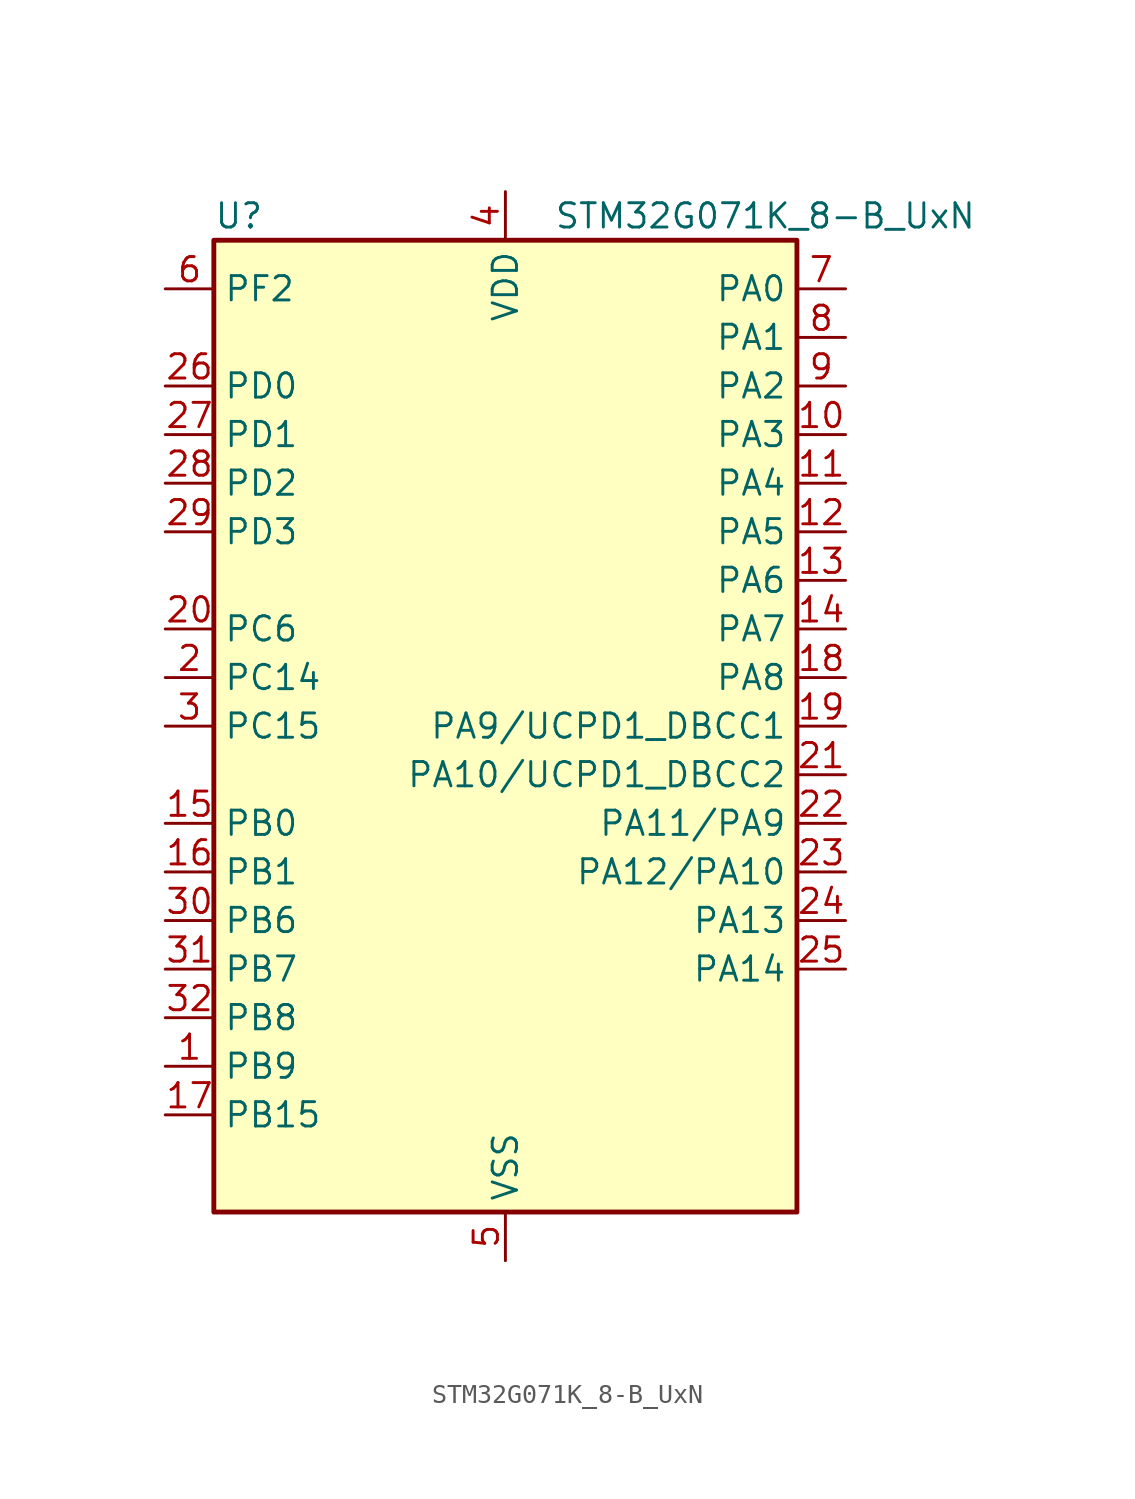
<source format=kicad_sym>
(kicad_symbol_lib
  (version 20211014)
  (generator kicad-library-utils)
  (symbol "STM32G071K_8-B_UxN"
    (property "Reference" "U"
      (at -15.24 26.67 0)
      (effects (font (size 1.27 1.27)) (justify left)))
    (property "Value" "STM32G071K_8-B_UxN"
      (at 2.54 26.67 0)
      (effects (font (size 1.27 1.27)) (justify left)))
    (property "ki_fp_filters" "QFN*1EP*5x5mm*P0.5mm*"
      (at 0.0 0.0 0.0)
      (effects (font (size 1.27 1.27))))
    (symbol "STM32G071K_8-B_UxN_0_1"
      (rectangle (start -15.24 -25.4) (end 15.24 25.4) (stroke (width 0.254)) (fill (type background))))
    (symbol "STM32G071K_8-B_UxN_1_1"
      (pin bidirectional line (at -17.78 22.86 0) (length 2.54) (name "PF2" (effects (font (size 1.27 1.27)))) (number "6" (effects (font (size 1.27 1.27)))) (alternate "RCC_MCO" bidirectional line))
      (pin bidirectional line (at -17.78 17.78 0) (length 2.54) (name "PD0" (effects (font (size 1.27 1.27)))) (number "26" (effects (font (size 1.27 1.27)))) (alternate "SPI2_NSS" bidirectional line) (alternate "TIM16_CH1" bidirectional line) (alternate "UCPD2_CC1" bidirectional line))
      (pin bidirectional line (at -17.78 15.24 0) (length 2.54) (name "PD1" (effects (font (size 1.27 1.27)))) (number "27" (effects (font (size 1.27 1.27)))) (alternate "SPI2_SCK" bidirectional line) (alternate "TIM17_CH1" bidirectional line) (alternate "UCPD2_DBCC1" bidirectional line))
      (pin bidirectional line (at -17.78 12.7 0) (length 2.54) (name "PD2" (effects (font (size 1.27 1.27)))) (number "28" (effects (font (size 1.27 1.27)))) (alternate "TIM1_CH1N" bidirectional line) (alternate "TIM3_ETR" bidirectional line) (alternate "UCPD2_CC2" bidirectional line) (alternate "USART3_CK" bidirectional line) (alternate "USART3_DE" bidirectional line) (alternate "USART3_RTS" bidirectional line))
      (pin bidirectional line (at -17.78 10.16 0) (length 2.54) (name "PD3" (effects (font (size 1.27 1.27)))) (number "29" (effects (font (size 1.27 1.27)))) (alternate "SPI2_MISO" bidirectional line) (alternate "TIM1_CH2N" bidirectional line) (alternate "UCPD2_DBCC2" bidirectional line) (alternate "USART2_CTS" bidirectional line) (alternate "USART2_NSS" bidirectional line))
      (pin bidirectional line (at -17.78 5.08 0) (length 2.54) (name "PC6" (effects (font (size 1.27 1.27)))) (number "20" (effects (font (size 1.27 1.27)))) (alternate "TIM2_CH3" bidirectional line) (alternate "TIM3_CH1" bidirectional line) (alternate "UCPD1_FRSTX1" bidirectional line) (alternate "UCPD1_FRSTX2" bidirectional line))
      (pin bidirectional line (at -17.78 2.54 0) (length 2.54) (name "PC14" (effects (font (size 1.27 1.27)))) (number "2" (effects (font (size 1.27 1.27)))) (alternate "RCC_OSC32_IN" bidirectional line) (alternate "RCC_OSC_IN" bidirectional line) (alternate "TIM1_BK2" bidirectional line))
      (pin bidirectional line (at -17.78 0.0 0) (length 2.54) (name "PC15" (effects (font (size 1.27 1.27)))) (number "3" (effects (font (size 1.27 1.27)))) (alternate "RCC_OSC32_EN" bidirectional line) (alternate "RCC_OSC32_OUT" bidirectional line) (alternate "RCC_OSC_EN" bidirectional line) (alternate "TIM15_BK" bidirectional line))
      (pin bidirectional line (at -17.78 -5.08 0) (length 2.54) (name "PB0" (effects (font (size 1.27 1.27)))) (number "15" (effects (font (size 1.27 1.27)))) (alternate "ADC1_IN8" bidirectional line) (alternate "COMP1_OUT" bidirectional line) (alternate "I2S1_WS" bidirectional line) (alternate "LPTIM1_OUT" bidirectional line) (alternate "SPI1_NSS" bidirectional line) (alternate "TIM1_CH2N" bidirectional line) (alternate "TIM3_CH3" bidirectional line) (alternate "UCPD1_FRSTX1" bidirectional line) (alternate "UCPD1_FRSTX2" bidirectional line) (alternate "USART3_RX" bidirectional line))
      (pin bidirectional line (at -17.78 -7.62 0) (length 2.54) (name "PB1" (effects (font (size 1.27 1.27)))) (number "16" (effects (font (size 1.27 1.27)))) (alternate "ADC1_IN9" bidirectional line) (alternate "COMP1_INM" bidirectional line) (alternate "LPTIM2_IN1" bidirectional line) (alternate "LPUART1_DE" bidirectional line) (alternate "LPUART1_RTS" bidirectional line) (alternate "TIM14_CH1" bidirectional line) (alternate "TIM1_CH3N" bidirectional line) (alternate "TIM3_CH4" bidirectional line) (alternate "USART3_CK" bidirectional line) (alternate "USART3_DE" bidirectional line) (alternate "USART3_RTS" bidirectional line))
      (pin bidirectional line (at -17.78 -10.16 0) (length 2.54) (name "PB6" (effects (font (size 1.27 1.27)))) (number "30" (effects (font (size 1.27 1.27)))) (alternate "COMP2_INP" bidirectional line) (alternate "I2C1_SCL" bidirectional line) (alternate "LPTIM1_ETR" bidirectional line) (alternate "SPI2_MISO" bidirectional line) (alternate "TIM16_CH1N" bidirectional line) (alternate "TIM1_CH3" bidirectional line) (alternate "USART1_TX" bidirectional line))
      (pin bidirectional line (at -17.78 -12.7 0) (length 2.54) (name "PB7" (effects (font (size 1.27 1.27)))) (number "31" (effects (font (size 1.27 1.27)))) (alternate "COMP2_INM" bidirectional line) (alternate "I2C1_SDA" bidirectional line) (alternate "LPTIM1_IN2" bidirectional line) (alternate "SPI2_MOSI" bidirectional line) (alternate "SYS_PVD_IN" bidirectional line) (alternate "TIM17_CH1N" bidirectional line) (alternate "USART1_RX" bidirectional line) (alternate "USART4_CTS" bidirectional line) (alternate "USART4_NSS" bidirectional line))
      (pin bidirectional line (at -17.78 -15.24 0) (length 2.54) (name "PB8" (effects (font (size 1.27 1.27)))) (number "32" (effects (font (size 1.27 1.27)))) (alternate "CEC" bidirectional line) (alternate "I2C1_SCL" bidirectional line) (alternate "SPI2_SCK" bidirectional line) (alternate "TIM15_BK" bidirectional line) (alternate "TIM16_CH1" bidirectional line) (alternate "USART3_TX" bidirectional line))
      (pin bidirectional line (at -17.78 -17.78 0) (length 2.54) (name "PB9" (effects (font (size 1.27 1.27)))) (number "1" (effects (font (size 1.27 1.27)))) (alternate "DAC1_EXTI9" bidirectional line) (alternate "I2C1_SDA" bidirectional line) (alternate "IR_OUT" bidirectional line) (alternate "SPI2_NSS" bidirectional line) (alternate "TIM17_CH1" bidirectional line) (alternate "UCPD2_FRSTX1" bidirectional line) (alternate "UCPD2_FRSTX2" bidirectional line) (alternate "USART3_RX" bidirectional line))
      (pin bidirectional line (at -17.78 -20.32 0) (length 2.54) (name "PB15" (effects (font (size 1.27 1.27)))) (number "17" (effects (font (size 1.27 1.27)))) (alternate "RTC_REFIN" bidirectional line) (alternate "SPI2_MOSI" bidirectional line) (alternate "TIM15_CH1N" bidirectional line) (alternate "TIM15_CH2" bidirectional line) (alternate "TIM1_CH3N" bidirectional line) (alternate "UCPD1_CC2" bidirectional line))
      (pin bidirectional line (at 17.78 22.86 180) (length 2.54) (name "PA0" (effects (font (size 1.27 1.27)))) (number "7" (effects (font (size 1.27 1.27)))) (alternate "ADC1_IN0" bidirectional line) (alternate "COMP1_INM" bidirectional line) (alternate "COMP1_OUT" bidirectional line) (alternate "LPTIM1_OUT" bidirectional line) (alternate "RTC_TAMP_IN2" bidirectional line) (alternate "SPI2_SCK" bidirectional line) (alternate "SYS_WKUP1" bidirectional line) (alternate "TIM2_CH1" bidirectional line) (alternate "TIM2_ETR" bidirectional line) (alternate "UCPD2_FRSTX1" bidirectional line) (alternate "UCPD2_FRSTX2" bidirectional line) (alternate "USART2_CTS" bidirectional line) (alternate "USART2_NSS" bidirectional line) (alternate "USART4_TX" bidirectional line))
      (pin bidirectional line (at 17.78 20.32 180) (length 2.54) (name "PA1" (effects (font (size 1.27 1.27)))) (number "8" (effects (font (size 1.27 1.27)))) (alternate "ADC1_IN1" bidirectional line) (alternate "COMP1_INP" bidirectional line) (alternate "I2C1_SMBA" bidirectional line) (alternate "I2S1_CK" bidirectional line) (alternate "SPI1_SCK" bidirectional line) (alternate "TIM15_CH1N" bidirectional line) (alternate "TIM2_CH2" bidirectional line) (alternate "USART2_CK" bidirectional line) (alternate "USART2_DE" bidirectional line) (alternate "USART2_RTS" bidirectional line) (alternate "USART4_RX" bidirectional line))
      (pin bidirectional line (at 17.78 17.78 180) (length 2.54) (name "PA2" (effects (font (size 1.27 1.27)))) (number "9" (effects (font (size 1.27 1.27)))) (alternate "ADC1_IN2" bidirectional line) (alternate "COMP2_INM" bidirectional line) (alternate "COMP2_OUT" bidirectional line) (alternate "I2S1_SD" bidirectional line) (alternate "LPUART1_TX" bidirectional line) (alternate "RCC_LSCO" bidirectional line) (alternate "SPI1_MOSI" bidirectional line) (alternate "SYS_WKUP4" bidirectional line) (alternate "TIM15_CH1" bidirectional line) (alternate "TIM2_CH3" bidirectional line) (alternate "UCPD1_FRSTX1" bidirectional line) (alternate "UCPD1_FRSTX2" bidirectional line) (alternate "USART2_TX" bidirectional line))
      (pin bidirectional line (at 17.78 15.24 180) (length 2.54) (name "PA3" (effects (font (size 1.27 1.27)))) (number "10" (effects (font (size 1.27 1.27)))) (alternate "ADC1_IN3" bidirectional line) (alternate "COMP2_INP" bidirectional line) (alternate "LPUART1_RX" bidirectional line) (alternate "SPI2_MISO" bidirectional line) (alternate "TIM15_CH2" bidirectional line) (alternate "TIM2_CH4" bidirectional line) (alternate "UCPD2_FRSTX1" bidirectional line) (alternate "UCPD2_FRSTX2" bidirectional line) (alternate "USART2_RX" bidirectional line))
      (pin bidirectional line (at 17.78 12.7 180) (length 2.54) (name "PA4" (effects (font (size 1.27 1.27)))) (number "11" (effects (font (size 1.27 1.27)))) (alternate "ADC1_IN4" bidirectional line) (alternate "DAC1_OUT1" bidirectional line) (alternate "I2S1_WS" bidirectional line) (alternate "LPTIM2_OUT" bidirectional line) (alternate "RTC_OUT_ALARM" bidirectional line) (alternate "RTC_OUT_CALIB" bidirectional line) (alternate "RTC_TAMP_IN1" bidirectional line) (alternate "RTC_TS" bidirectional line) (alternate "SPI1_NSS" bidirectional line) (alternate "SPI2_MOSI" bidirectional line) (alternate "SYS_WKUP2" bidirectional line) (alternate "TIM14_CH1" bidirectional line) (alternate "UCPD2_FRSTX1" bidirectional line) (alternate "UCPD2_FRSTX2" bidirectional line))
      (pin bidirectional line (at 17.78 10.16 180) (length 2.54) (name "PA5" (effects (font (size 1.27 1.27)))) (number "12" (effects (font (size 1.27 1.27)))) (alternate "ADC1_IN5" bidirectional line) (alternate "CEC" bidirectional line) (alternate "DAC1_OUT2" bidirectional line) (alternate "I2S1_CK" bidirectional line) (alternate "LPTIM2_ETR" bidirectional line) (alternate "SPI1_SCK" bidirectional line) (alternate "TIM2_CH1" bidirectional line) (alternate "TIM2_ETR" bidirectional line) (alternate "UCPD1_FRSTX1" bidirectional line) (alternate "UCPD1_FRSTX2" bidirectional line) (alternate "USART3_TX" bidirectional line))
      (pin bidirectional line (at 17.78 7.62 180) (length 2.54) (name "PA6" (effects (font (size 1.27 1.27)))) (number "13" (effects (font (size 1.27 1.27)))) (alternate "ADC1_IN6" bidirectional line) (alternate "COMP1_OUT" bidirectional line) (alternate "I2S1_MCK" bidirectional line) (alternate "LPUART1_CTS" bidirectional line) (alternate "SPI1_MISO" bidirectional line) (alternate "TIM16_CH1" bidirectional line) (alternate "TIM1_BK" bidirectional line) (alternate "TIM3_CH1" bidirectional line) (alternate "USART3_CTS" bidirectional line) (alternate "USART3_NSS" bidirectional line))
      (pin bidirectional line (at 17.78 5.08 180) (length 2.54) (name "PA7" (effects (font (size 1.27 1.27)))) (number "14" (effects (font (size 1.27 1.27)))) (alternate "ADC1_IN7" bidirectional line) (alternate "COMP2_OUT" bidirectional line) (alternate "I2S1_SD" bidirectional line) (alternate "SPI1_MOSI" bidirectional line) (alternate "TIM14_CH1" bidirectional line) (alternate "TIM17_CH1" bidirectional line) (alternate "TIM1_CH1N" bidirectional line) (alternate "TIM3_CH2" bidirectional line) (alternate "UCPD1_FRSTX1" bidirectional line) (alternate "UCPD1_FRSTX2" bidirectional line))
      (pin bidirectional line (at 17.78 2.54 180) (length 2.54) (name "PA8" (effects (font (size 1.27 1.27)))) (number "18" (effects (font (size 1.27 1.27)))) (alternate "LPTIM2_OUT" bidirectional line) (alternate "RCC_MCO" bidirectional line) (alternate "SPI2_NSS" bidirectional line) (alternate "TIM1_CH1" bidirectional line) (alternate "UCPD1_CC1" bidirectional line))
      (pin bidirectional line (at 17.78 0.0 180) (length 2.54) (name "PA9/UCPD1_DBCC1" (effects (font (size 1.27 1.27)))) (number "19" (effects (font (size 1.27 1.27)))) (alternate "DAC1_EXTI9" bidirectional line) (alternate "I2C1_SCL" bidirectional line) (alternate "RCC_MCO" bidirectional line) (alternate "SPI2_MISO" bidirectional line) (alternate "TIM15_BK" bidirectional line) (alternate "TIM1_CH2" bidirectional line) (alternate "UCPD1_DBCC1" bidirectional line) (alternate "USART1_TX" bidirectional line))
      (pin bidirectional line (at 17.78 -2.54 180) (length 2.54) (name "PA10/UCPD1_DBCC2" (effects (font (size 1.27 1.27)))) (number "21" (effects (font (size 1.27 1.27)))) (alternate "I2C1_SDA" bidirectional line) (alternate "SPI2_MOSI" bidirectional line) (alternate "TIM17_BK" bidirectional line) (alternate "TIM1_CH3" bidirectional line) (alternate "UCPD1_DBCC2" bidirectional line) (alternate "USART1_RX" bidirectional line))
      (pin bidirectional line (at 17.78 -5.08 180) (length 2.54) (name "PA11/PA9" (effects (font (size 1.27 1.27)))) (number "22" (effects (font (size 1.27 1.27)))) (alternate "ADC1_EXTI11" bidirectional line) (alternate "COMP1_OUT" bidirectional line) (alternate "I2C2_SCL" bidirectional line) (alternate "I2S1_MCK" bidirectional line) (alternate "SPI1_MISO" bidirectional line) (alternate "TIM1_BK2" bidirectional line) (alternate "TIM1_CH4" bidirectional line) (alternate "USART1_CTS" bidirectional line) (alternate "USART1_NSS" bidirectional line))
      (pin bidirectional line (at 17.78 -7.62 180) (length 2.54) (name "PA12/PA10" (effects (font (size 1.27 1.27)))) (number "23" (effects (font (size 1.27 1.27)))) (alternate "COMP2_OUT" bidirectional line) (alternate "I2C2_SDA" bidirectional line) (alternate "I2S1_SD" bidirectional line) (alternate "I2S_CKIN" bidirectional line) (alternate "SPI1_MOSI" bidirectional line) (alternate "TIM1_ETR" bidirectional line) (alternate "USART1_CK" bidirectional line) (alternate "USART1_DE" bidirectional line) (alternate "USART1_RTS" bidirectional line))
      (pin bidirectional line (at 17.78 -10.16 180) (length 2.54) (name "PA13" (effects (font (size 1.27 1.27)))) (number "24" (effects (font (size 1.27 1.27)))) (alternate "IR_OUT" bidirectional line) (alternate "SYS_SWDIO" bidirectional line))
      (pin bidirectional line (at 17.78 -12.7 180) (length 2.54) (name "PA14" (effects (font (size 1.27 1.27)))) (number "25" (effects (font (size 1.27 1.27)))) (alternate "SYS_SWCLK" bidirectional line) (alternate "USART2_TX" bidirectional line))
      (pin power_in line (at 0.0 27.94 270) (length 2.54) (name "VDD" (effects (font (size 1.27 1.27)))) (number "4" (effects (font (size 1.27 1.27)))))
      (pin power_in line (at 0.0 -27.94 90) (length 2.54) (name "VSS" (effects (font (size 1.27 1.27)))) (number "5" (effects (font (size 1.27 1.27)))))
      (pin passive line (at 0.0 -27.94 90) (length 2.54) hide (name "VSS" (effects (font (size 1.27 1.27)))) (number "33" (effects (font (size 1.27 1.27))))))))
</source>
